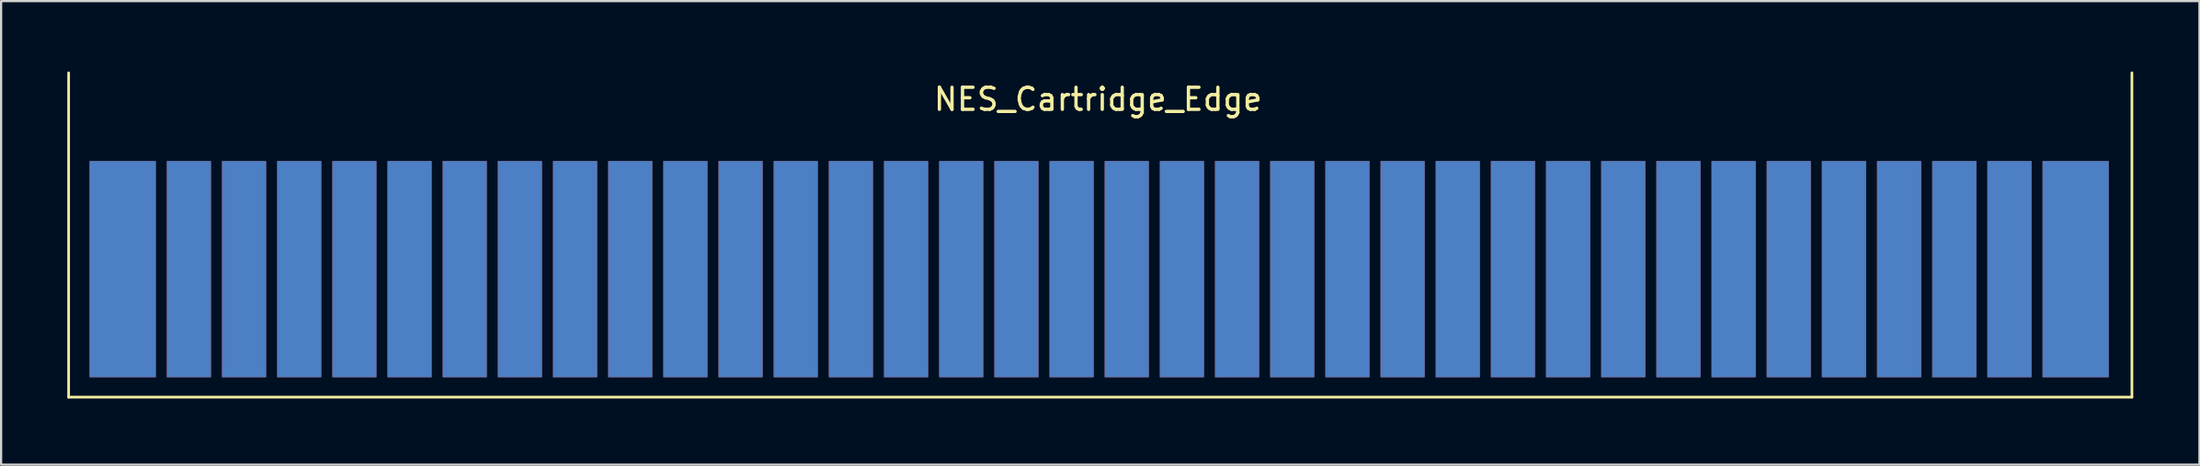
<source format=kicad_pcb>
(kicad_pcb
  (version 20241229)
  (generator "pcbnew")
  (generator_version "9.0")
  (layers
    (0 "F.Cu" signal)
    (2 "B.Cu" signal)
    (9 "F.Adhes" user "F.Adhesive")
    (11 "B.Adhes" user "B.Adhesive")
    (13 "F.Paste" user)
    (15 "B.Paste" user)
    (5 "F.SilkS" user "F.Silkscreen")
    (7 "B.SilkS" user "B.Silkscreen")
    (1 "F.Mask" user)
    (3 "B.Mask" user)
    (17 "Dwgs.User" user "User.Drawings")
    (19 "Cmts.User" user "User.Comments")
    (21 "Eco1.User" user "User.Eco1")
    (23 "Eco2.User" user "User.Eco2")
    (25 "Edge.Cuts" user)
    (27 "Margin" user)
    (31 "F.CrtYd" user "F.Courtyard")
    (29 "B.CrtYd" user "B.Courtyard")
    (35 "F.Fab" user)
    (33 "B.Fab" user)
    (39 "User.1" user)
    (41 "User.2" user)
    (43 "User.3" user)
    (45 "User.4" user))
  (footprint "NES_Cartridge_Edge"
    (layer "F.Cu")
    (at 46.81 0.25)
    (property "Reference" "NES_Cartridge_Edge" (at -0.1 1.2 0) (layer "F.SilkS") (effects (font (size 1 1) (thickness 0.15))))
    (attr through_hole)
    (fp_line (start -46.75 0) (end -46.75 14.7) (stroke (width 0.12) (type solid)) (layer "F.SilkS"))
    (fp_line (start -46.75 14.7) (end 46.75 14.7) (stroke (width 0.12) (type solid)) (layer "F.SilkS"))
    (fp_line (start 46.75 14.7) (end 46.75 0) (stroke (width 0.12) (type solid)) (layer "F.SilkS"))
    (pad "1" connect rect (at 44.2 8.9) (size 3 9.8) (layers "F.Cu" "F.Mask"))
    (pad "2" connect rect (at 41.2 8.9) (size 2 9.8) (layers "F.Cu" "F.Mask"))
    (pad "3" connect rect (at 38.7 8.9) (size 2 9.8) (layers "F.Cu" "F.Mask"))
    (pad "4" connect rect (at 36.2 8.9) (size 2 9.8) (layers "F.Cu" "F.Mask"))
    (pad "5" connect rect (at 33.7 8.9) (size 2 9.8) (layers "F.Cu" "F.Mask"))
    (pad "6" connect rect (at 31.2 8.9) (size 2 9.8) (layers "F.Cu" "F.Mask"))
    (pad "7" connect rect (at 28.7 8.9) (size 2 9.8) (layers "F.Cu" "F.Mask"))
    (pad "8" connect rect (at 26.2 8.9) (size 2 9.8) (layers "F.Cu" "F.Mask"))
    (pad "9" connect rect (at 23.7 8.9) (size 2 9.8) (layers "F.Cu" "F.Mask"))
    (pad "10" connect rect (at 21.2 8.9) (size 2 9.8) (layers "F.Cu" "F.Mask"))
    (pad "11" connect rect (at 18.7 8.9) (size 2 9.8) (layers "F.Cu" "F.Mask"))
    (pad "12" connect rect (at 16.2 8.9) (size 2 9.8) (layers "F.Cu" "F.Mask"))
    (pad "13" connect rect (at 13.7 8.9) (size 2 9.8) (layers "F.Cu" "F.Mask"))
    (pad "14" connect rect (at 11.2 8.9) (size 2 9.8) (layers "F.Cu" "F.Mask"))
    (pad "15" connect rect (at 8.7 8.9) (size 2 9.8) (layers "F.Cu" "F.Mask"))
    (pad "16" connect rect (at 6.2 8.9) (size 2 9.8) (layers "F.Cu" "F.Mask"))
    (pad "17" connect rect (at 3.7 8.9) (size 2 9.8) (layers "F.Cu" "F.Mask"))
    (pad "18" connect rect (at 1.2 8.9) (size 2 9.8) (layers "F.Cu" "F.Mask"))
    (pad "19" connect rect (at -1.3 8.9) (size 2 9.8) (layers "F.Cu" "F.Mask"))
    (pad "20" connect rect (at -3.8 8.9) (size 2 9.8) (layers "F.Cu" "F.Mask"))
    (pad "21" connect rect (at -6.3 8.9) (size 2 9.8) (layers "F.Cu" "F.Mask"))
    (pad "22" connect rect (at -8.8 8.9) (size 2 9.8) (layers "F.Cu" "F.Mask"))
    (pad "23" connect rect (at -11.3 8.9) (size 2 9.8) (layers "F.Cu" "F.Mask"))
    (pad "24" connect rect (at -13.8 8.9) (size 2 9.8) (layers "F.Cu" "F.Mask"))
    (pad "25" connect rect (at -16.3 8.9) (size 2 9.8) (layers "F.Cu" "F.Mask"))
    (pad "26" connect rect (at -18.8 8.9) (size 2 9.8) (layers "F.Cu" "F.Mask"))
    (pad "27" connect rect (at -21.3 8.9) (size 2 9.8) (layers "F.Cu" "F.Mask"))
    (pad "28" connect rect (at -23.8 8.9) (size 2 9.8) (layers "F.Cu" "F.Mask"))
    (pad "29" connect rect (at -26.3 8.9) (size 2 9.8) (layers "F.Cu" "F.Mask"))
    (pad "30" connect rect (at -28.8 8.9) (size 2 9.8) (layers "F.Cu" "F.Mask"))
    (pad "31" connect rect (at -31.3 8.9) (size 2 9.8) (layers "F.Cu" "F.Mask"))
    (pad "32" connect rect (at -33.8 8.9) (size 2 9.8) (layers "F.Cu" "F.Mask"))
    (pad "33" connect rect (at -36.3 8.9) (size 2 9.8) (layers "F.Cu" "F.Mask"))
    (pad "34" connect rect (at -38.8 8.9) (size 2 9.8) (layers "F.Cu" "F.Mask"))
    (pad "35" connect rect (at -41.3 8.9) (size 2 9.8) (layers "F.Cu" "F.Mask"))
    (pad "36" connect rect (at -44.3 8.9) (size 3 9.8) (layers "F.Cu" "F.Mask"))
    (pad "37" connect rect (at 44.2 8.9) (size 3 9.8) (layers "B.Cu" "B.Mask"))
    (pad "38" connect rect (at 41.2 8.9) (size 2 9.8) (layers "B.Cu" "B.Mask"))
    (pad "39" connect rect (at 38.7 8.9) (size 2 9.8) (layers "B.Cu" "B.Mask"))
    (pad "40" connect rect (at 36.2 8.9) (size 2 9.8) (layers "B.Cu" "B.Mask"))
    (pad "41" connect rect (at 33.7 8.9) (size 2 9.8) (layers "B.Cu" "B.Mask"))
    (pad "42" connect rect (at 31.2 8.9) (size 2 9.8) (layers "B.Cu" "B.Mask"))
    (pad "43" connect rect (at 28.7 8.9) (size 2 9.8) (layers "B.Cu" "B.Mask"))
    (pad "44" connect rect (at 26.2 8.9) (size 2 9.8) (layers "B.Cu" "B.Mask"))
    (pad "45" connect rect (at 23.7 8.9) (size 2 9.8) (layers "B.Cu" "B.Mask"))
    (pad "46" connect rect (at 21.2 8.9) (size 2 9.8) (layers "B.Cu" "B.Mask"))
    (pad "47" connect rect (at 18.7 8.9) (size 2 9.8) (layers "B.Cu" "B.Mask"))
    (pad "48" connect rect (at 16.2 8.9) (size 2 9.8) (layers "B.Cu" "B.Mask"))
    (pad "49" connect rect (at 13.7 8.9) (size 2 9.8) (layers "B.Cu" "B.Mask"))
    (pad "50" connect rect (at 11.2 8.9) (size 2 9.8) (layers "B.Cu" "B.Mask"))
    (pad "51" connect rect (at 8.7 8.9) (size 2 9.8) (layers "B.Cu" "B.Mask"))
    (pad "52" connect rect (at 6.2 8.9) (size 2 9.8) (layers "B.Cu" "B.Mask"))
    (pad "53" connect rect (at 3.7 8.9) (size 2 9.8) (layers "B.Cu" "B.Mask"))
    (pad "54" connect rect (at 1.2 8.9) (size 2 9.8) (layers "B.Cu" "B.Mask"))
    (pad "55" connect rect (at -1.3 8.9) (size 2 9.8) (layers "B.Cu" "B.Mask"))
    (pad "56" connect rect (at -3.8 8.9) (size 2 9.8) (layers "B.Cu" "B.Mask"))
    (pad "57" connect rect (at -6.3 8.9) (size 2 9.8) (layers "B.Cu" "B.Mask"))
    (pad "58" connect rect (at -8.8 8.9) (size 2 9.8) (layers "B.Cu" "B.Mask"))
    (pad "59" connect rect (at -11.3 8.9) (size 2 9.8) (layers "B.Cu" "B.Mask"))
    (pad "60" connect rect (at -13.8 8.9) (size 2 9.8) (layers "B.Cu" "B.Mask"))
    (pad "61" connect rect (at -16.3 8.9) (size 2 9.8) (layers "B.Cu" "B.Mask"))
    (pad "62" connect rect (at -18.8 8.9) (size 2 9.8) (layers "B.Cu" "B.Mask"))
    (pad "63" connect rect (at -21.3 8.9) (size 2 9.8) (layers "B.Cu" "B.Mask"))
    (pad "64" connect rect (at -23.8 8.9) (size 2 9.8) (layers "B.Cu" "B.Mask"))
    (pad "65" connect rect (at -26.3 8.9) (size 2 9.8) (layers "B.Cu" "B.Mask"))
    (pad "66" connect rect (at -28.8 8.9) (size 2 9.8) (layers "B.Cu" "B.Mask"))
    (pad "67" connect rect (at -31.3 8.9) (size 2 9.8) (layers "B.Cu" "B.Mask"))
    (pad "68" connect rect (at -33.8 8.9) (size 2 9.8) (layers "B.Cu" "B.Mask"))
    (pad "69" connect rect (at -36.3 8.9) (size 2 9.8) (layers "B.Cu" "B.Mask"))
    (pad "70" connect rect (at -38.8 8.9) (size 2 9.8) (layers "B.Cu" "B.Mask"))
    (pad "71" connect rect (at -41.3 8.9) (size 2 9.8) (layers "B.Cu" "B.Mask"))
    (pad "72" connect rect (at -44.3 8.9) (size 3 9.8) (layers "B.Cu" "B.Mask")))
  (gr_rect
    (start -3 -3)
    (end 96.62 18.01)
    (stroke (width 0.1) (type default))
    (fill no)
    (layer "Edge.Cuts")))
</source>
